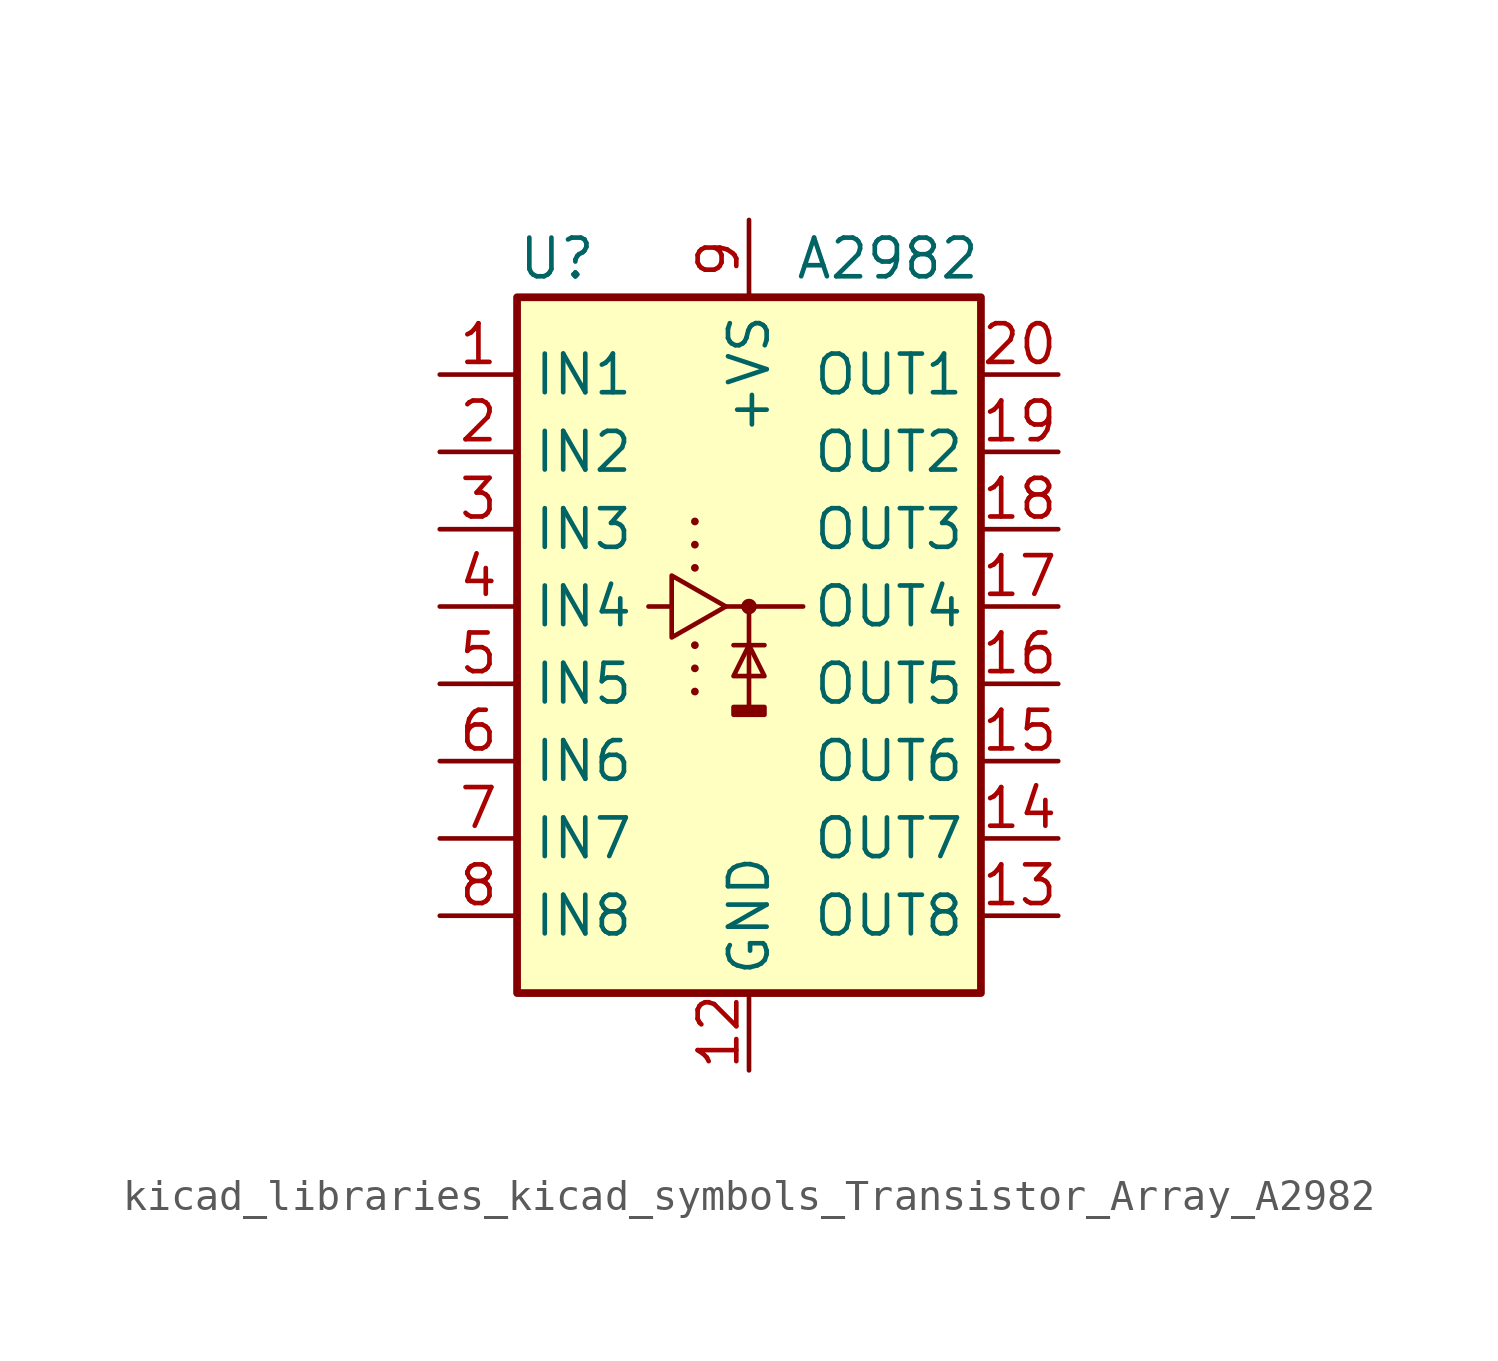
<source format=kicad_sym>
(kicad_symbol_lib
  (version 20220914)
  (generator kicad_symbol_editor)
  (symbol "kicad_libraries_kicad_symbols_Transistor_Array_A2982"
    (property "Reference" "U"
      (at -7.62 11.43 0)
      (effects (font (size 1.27 1.27)) (justify left)))
    (property "Value" "A2982"
      (at 7.62 11.43 0)
      (effects (font (size 1.27 1.27)) (justify right)))
    (symbol "kicad_libraries_kicad_symbols_Transistor_Array_A2982_0_1"
      (rectangle (start -7.62 10.16) (end 7.62 -12.7) (stroke (width 0.254) (type default)) (fill (type background)))
      (rectangle (start -0.508 -3.302) (end 0.508 -3.556) (stroke (width 0) (type default)) (fill (type outline)))
      (polyline (pts (xy -1.778 -2.794) (xy -1.778 -2.794)) (stroke (width 0.254) (type default)) (fill (type none)))
      (polyline (pts (xy -1.778 -2.032) (xy -1.778 -2.032)) (stroke (width 0.254) (type default)) (fill (type none)))
      (polyline (pts (xy -1.778 -1.27) (xy -1.778 -1.27)) (stroke (width 0.254) (type default)) (fill (type none)))
      (polyline (pts (xy -1.778 1.27) (xy -1.778 1.27)) (stroke (width 0.254) (type default)) (fill (type none)))
      (polyline (pts (xy -1.778 2.032) (xy -1.778 2.032)) (stroke (width 0.254) (type default)) (fill (type none)))
      (polyline (pts (xy -1.778 2.794) (xy -1.778 2.794)) (stroke (width 0.254) (type default)) (fill (type none)))
      (polyline (pts (xy -0.762 0) (xy 1.778 0)) (stroke (width 0) (type default)) (fill (type none)))
      (polyline (pts (xy -0.508 -1.27) (xy 0.508 -1.27)) (stroke (width 0) (type default)) (fill (type none)))
      (polyline (pts (xy 0 0) (xy 0 -3.302)) (stroke (width 0) (type default)) (fill (type none)))
      (polyline (pts (xy 0 0) (xy 0 0)) (stroke (width 0.508) (type default)) (fill (type none)))
      (polyline (pts (xy 0 -1.27) (xy -0.508 -2.286) (xy 0.508 -2.286) (xy 0 -1.27)) (stroke (width 0) (type default)) (fill (type none)))
      (polyline (pts (xy -3.302 0) (xy -2.54 0) (xy -2.54 1.016) (xy -0.762 0) (xy -2.54 -1.016) (xy -2.54 0)) (stroke (width 0) (type default)) (fill (type none))))
    (symbol "kicad_libraries_kicad_symbols_Transistor_Array_A2982_1_1"
      (pin input line (at -10.16 7.62 0) (length 2.54) (name "IN1" (effects (font (size 1.27 1.27)))) (number "1" (effects (font (size 1.27 1.27)))))
      (pin no_connect line (at -2.54 -12.7 90) (length 2.54) hide (name "NC" (effects (font (size 1.27 1.27)))) (number "10" (effects (font (size 1.27 1.27)))))
      (pin no_connect line (at 2.54 -12.7 90) (length 2.54) hide (name "NC" (effects (font (size 1.27 1.27)))) (number "11" (effects (font (size 1.27 1.27)))))
      (pin power_in line (at 0 -15.24 90) (length 2.54) (name "GND" (effects (font (size 1.27 1.27)))) (number "12" (effects (font (size 1.27 1.27)))))
      (pin open_emitter line (at 10.16 -10.16 180) (length 2.54) (name "OUT8" (effects (font (size 1.27 1.27)))) (number "13" (effects (font (size 1.27 1.27)))))
      (pin open_emitter line (at 10.16 -7.62 180) (length 2.54) (name "OUT7" (effects (font (size 1.27 1.27)))) (number "14" (effects (font (size 1.27 1.27)))))
      (pin open_emitter line (at 10.16 -5.08 180) (length 2.54) (name "OUT6" (effects (font (size 1.27 1.27)))) (number "15" (effects (font (size 1.27 1.27)))))
      (pin open_emitter line (at 10.16 -2.54 180) (length 2.54) (name "OUT5" (effects (font (size 1.27 1.27)))) (number "16" (effects (font (size 1.27 1.27)))))
      (pin open_emitter line (at 10.16 0 180) (length 2.54) (name "OUT4" (effects (font (size 1.27 1.27)))) (number "17" (effects (font (size 1.27 1.27)))))
      (pin open_emitter line (at 10.16 2.54 180) (length 2.54) (name "OUT3" (effects (font (size 1.27 1.27)))) (number "18" (effects (font (size 1.27 1.27)))))
      (pin open_emitter line (at 10.16 5.08 180) (length 2.54) (name "OUT2" (effects (font (size 1.27 1.27)))) (number "19" (effects (font (size 1.27 1.27)))))
      (pin input line (at -10.16 5.08 0) (length 2.54) (name "IN2" (effects (font (size 1.27 1.27)))) (number "2" (effects (font (size 1.27 1.27)))))
      (pin open_emitter line (at 10.16 7.62 180) (length 2.54) (name "OUT1" (effects (font (size 1.27 1.27)))) (number "20" (effects (font (size 1.27 1.27)))))
      (pin input line (at -10.16 2.54 0) (length 2.54) (name "IN3" (effects (font (size 1.27 1.27)))) (number "3" (effects (font (size 1.27 1.27)))))
      (pin input line (at -10.16 0 0) (length 2.54) (name "IN4" (effects (font (size 1.27 1.27)))) (number "4" (effects (font (size 1.27 1.27)))))
      (pin input line (at -10.16 -2.54 0) (length 2.54) (name "IN5" (effects (font (size 1.27 1.27)))) (number "5" (effects (font (size 1.27 1.27)))))
      (pin input line (at -10.16 -5.08 0) (length 2.54) (name "IN6" (effects (font (size 1.27 1.27)))) (number "6" (effects (font (size 1.27 1.27)))))
      (pin input line (at -10.16 -7.62 0) (length 2.54) (name "IN7" (effects (font (size 1.27 1.27)))) (number "7" (effects (font (size 1.27 1.27)))))
      (pin input line (at -10.16 -10.16 0) (length 2.54) (name "IN8" (effects (font (size 1.27 1.27)))) (number "8" (effects (font (size 1.27 1.27)))))
      (pin power_in line (at 0 12.7 270) (length 2.54) (name "+VS" (effects (font (size 1.27 1.27)))) (number "9" (effects (font (size 1.27 1.27))))))))
</source>
